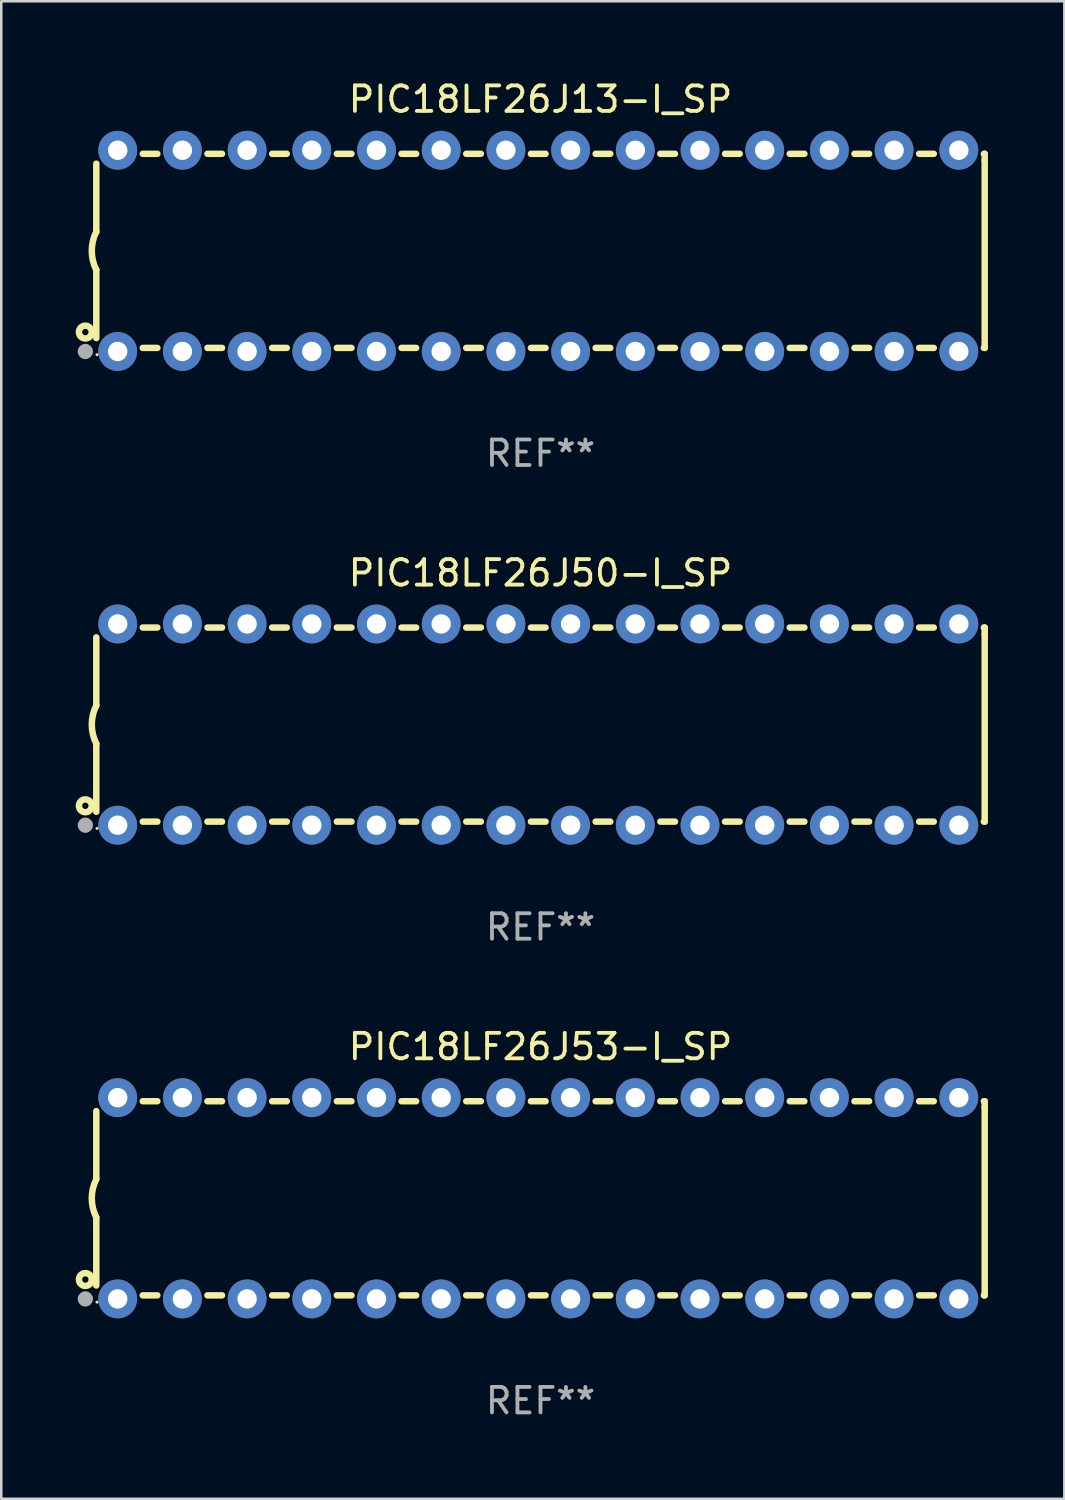
<source format=kicad_pcb>
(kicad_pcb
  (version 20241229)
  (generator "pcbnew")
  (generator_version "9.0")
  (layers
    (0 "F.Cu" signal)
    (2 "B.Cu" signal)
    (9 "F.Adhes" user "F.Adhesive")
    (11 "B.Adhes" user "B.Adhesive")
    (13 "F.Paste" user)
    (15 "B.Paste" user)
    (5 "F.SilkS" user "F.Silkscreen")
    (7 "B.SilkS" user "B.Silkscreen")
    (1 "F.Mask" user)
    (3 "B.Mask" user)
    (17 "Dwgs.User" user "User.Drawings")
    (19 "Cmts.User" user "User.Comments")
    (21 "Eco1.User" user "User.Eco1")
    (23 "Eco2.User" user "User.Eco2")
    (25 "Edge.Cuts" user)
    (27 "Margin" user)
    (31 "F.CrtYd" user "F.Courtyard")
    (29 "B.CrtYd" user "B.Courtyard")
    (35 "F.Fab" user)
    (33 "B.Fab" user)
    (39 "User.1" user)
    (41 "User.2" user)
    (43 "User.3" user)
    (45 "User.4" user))
  (footprint "PIC18LF26J53-I_SP"
    (layer "F.Cu")
    (at 18.168 43.991)
    (property "Reference" "PIC18LF26J53-I_SP" (at 0 -5.95 0) (layer "F.SilkS") (effects (font (size 1 1) (thickness 0.15))))
    (attr through_hole)
    (fp_line (start -17.438 0.75) (end -17.438 3.423) (stroke (width 0.254) (type solid)) (layer "F.SilkS"))
    (fp_line (start -17.438 -3.423) (end -17.438 -0.75) (stroke (width 0.254) (type solid)) (layer "F.SilkS"))
    (fp_line (start -15.615 3.81) (end -15.041 3.81) (stroke (width 0.254) (type solid)) (layer "F.SilkS"))
    (fp_line (start -15.041 -3.81) (end -15.614 -3.81) (stroke (width 0.254) (type solid)) (layer "F.SilkS"))
    (fp_line (start -13.075 3.81) (end -12.501 3.81) (stroke (width 0.254) (type solid)) (layer "F.SilkS"))
    (fp_line (start -12.501 -3.81) (end -13.074 -3.81) (stroke (width 0.254) (type solid)) (layer "F.SilkS"))
    (fp_line (start -10.535 3.81) (end -9.961 3.81) (stroke (width 0.254) (type solid)) (layer "F.SilkS"))
    (fp_line (start -9.961 -3.81) (end -10.534 -3.81) (stroke (width 0.254) (type solid)) (layer "F.SilkS"))
    (fp_line (start -7.995 3.81) (end -7.421 3.81) (stroke (width 0.254) (type solid)) (layer "F.SilkS"))
    (fp_line (start -7.421 -3.81) (end -7.995 -3.81) (stroke (width 0.254) (type solid)) (layer "F.SilkS"))
    (fp_line (start -5.455 3.81) (end -4.881 3.81) (stroke (width 0.254) (type solid)) (layer "F.SilkS"))
    (fp_line (start -4.881 -3.81) (end -5.455 -3.81) (stroke (width 0.254) (type solid)) (layer "F.SilkS"))
    (fp_line (start -2.915 3.81) (end -2.341 3.81) (stroke (width 0.254) (type solid)) (layer "F.SilkS"))
    (fp_line (start -2.341 -3.81) (end -2.915 -3.81) (stroke (width 0.254) (type solid)) (layer "F.SilkS"))
    (fp_line (start -0.375 3.81) (end 0.199 3.81) (stroke (width 0.254) (type solid)) (layer "F.SilkS"))
    (fp_line (start 0.199 -3.81) (end -0.375 -3.81) (stroke (width 0.254) (type solid)) (layer "F.SilkS"))
    (fp_line (start 2.165 3.81) (end 2.739 3.81) (stroke (width 0.254) (type solid)) (layer "F.SilkS"))
    (fp_line (start 2.739 -3.81) (end 2.165 -3.81) (stroke (width 0.254) (type solid)) (layer "F.SilkS"))
    (fp_line (start 4.705 3.81) (end 5.279 3.81) (stroke (width 0.254) (type solid)) (layer "F.SilkS"))
    (fp_line (start 5.279 -3.81) (end 4.705 -3.81) (stroke (width 0.254) (type solid)) (layer "F.SilkS"))
    (fp_line (start 7.245 3.81) (end 7.819 3.81) (stroke (width 0.254) (type solid)) (layer "F.SilkS"))
    (fp_line (start 7.819 -3.81) (end 7.245 -3.81) (stroke (width 0.254) (type solid)) (layer "F.SilkS"))
    (fp_line (start 9.785 3.81) (end 10.359 3.81) (stroke (width 0.254) (type solid)) (layer "F.SilkS"))
    (fp_line (start 10.359 -3.81) (end 9.785 -3.81) (stroke (width 0.254) (type solid)) (layer "F.SilkS"))
    (fp_line (start 12.325 3.81) (end 12.899 3.81) (stroke (width 0.254) (type solid)) (layer "F.SilkS"))
    (fp_line (start 12.899 -3.81) (end 12.325 -3.81) (stroke (width 0.254) (type solid)) (layer "F.SilkS"))
    (fp_line (start 14.865 3.81) (end 15.439 3.81) (stroke (width 0.254) (type solid)) (layer "F.SilkS"))
    (fp_line (start 15.439 -3.81) (end 14.865 -3.81) (stroke (width 0.254) (type solid)) (layer "F.SilkS"))
    (fp_line (start 17.405 3.81) (end 17.438 3.81) (stroke (width 0.254) (type solid)) (layer "F.SilkS"))
    (fp_line (start 17.438 -3.81) (end 17.405 -3.81) (stroke (width 0.254) (type solid)) (layer "F.SilkS"))
    (fp_line (start 17.438 -3.556) (end 17.438 -3.81) (stroke (width 0.254) (type solid)) (layer "F.SilkS"))
    (fp_line (start 17.438 3.81) (end 17.438 -3.556) (stroke (width 0.254) (type solid)) (layer "F.SilkS"))
    (fp_arc (start -17.437986 0.749657) (mid -17.614887 -0.000024) (end -17.437783 -0.749657) (stroke (width 0.254001) (type solid)) (layer "F.SilkS"))
    (fp_circle (center -17.868 3.188) (end -17.743 3.188) (stroke (width 0.254) (type solid)) (fill no) (layer "F.SilkS"))
    (fp_circle (center -17.411 4.077) (end -17.381 4.077) (stroke (width 0.06) (type solid)) (fill no) (layer "F.SilkS"))
    (fp_circle (center -17.868 3.95) (end -17.718 3.95) (stroke (width 0.3) (type solid)) (fill no) (layer "F.Fab"))
    (fp_text user "REF**" (at 0 7.95 0) (layer "F.Fab") (effects (font (size 1 1) (thickness 0.15))))
    (pad "1" thru_hole circle (at -16.598 3.95) (size 1.524 1.524) (drill 0.762) (layers "*.Cu" "*.Mask"))
    (pad "2" thru_hole circle (at -14.058 3.95) (size 1.524 1.524) (drill 0.762) (layers "*.Cu" "*.Mask"))
    (pad "3" thru_hole circle (at -11.518 3.95) (size 1.524 1.524) (drill 0.762) (layers "*.Cu" "*.Mask"))
    (pad "4" thru_hole circle (at -8.978 3.95) (size 1.524 1.524) (drill 0.762) (layers "*.Cu" "*.Mask"))
    (pad "5" thru_hole circle (at -6.438 3.95) (size 1.524 1.524) (drill 0.762) (layers "*.Cu" "*.Mask"))
    (pad "6" thru_hole circle (at -3.898 3.95) (size 1.524 1.524) (drill 0.762) (layers "*.Cu" "*.Mask"))
    (pad "7" thru_hole circle (at -1.358 3.95) (size 1.524 1.524) (drill 0.762) (layers "*.Cu" "*.Mask"))
    (pad "8" thru_hole circle (at 1.182 3.95) (size 1.524 1.524) (drill 0.762) (layers "*.Cu" "*.Mask"))
    (pad "9" thru_hole circle (at 3.722 3.95) (size 1.524 1.524) (drill 0.762) (layers "*.Cu" "*.Mask"))
    (pad "10" thru_hole circle (at 6.262 3.95) (size 1.524 1.524) (drill 0.762) (layers "*.Cu" "*.Mask"))
    (pad "11" thru_hole circle (at 8.802 3.95) (size 1.524 1.524) (drill 0.762) (layers "*.Cu" "*.Mask"))
    (pad "12" thru_hole circle (at 11.342 3.95) (size 1.524 1.524) (drill 0.762) (layers "*.Cu" "*.Mask"))
    (pad "13" thru_hole circle (at 13.882 3.95) (size 1.524 1.524) (drill 0.762) (layers "*.Cu" "*.Mask"))
    (pad "14" thru_hole circle (at 16.422 3.95) (size 1.524 1.524) (drill 0.762) (layers "*.Cu" "*.Mask"))
    (pad "15" thru_hole circle (at 16.422 -3.95) (size 1.524 1.524) (drill 0.762) (layers "*.Cu" "*.Mask"))
    (pad "16" thru_hole circle (at 13.882 -3.95) (size 1.524 1.524) (drill 0.762) (layers "*.Cu" "*.Mask"))
    (pad "17" thru_hole circle (at 11.342 -3.95) (size 1.524 1.524) (drill 0.762) (layers "*.Cu" "*.Mask"))
    (pad "18" thru_hole circle (at 8.802 -3.95) (size 1.524 1.524) (drill 0.762) (layers "*.Cu" "*.Mask"))
    (pad "19" thru_hole circle (at 6.262 -3.95) (size 1.524 1.524) (drill 0.762) (layers "*.Cu" "*.Mask"))
    (pad "20" thru_hole circle (at 3.722 -3.95) (size 1.524 1.524) (drill 0.762) (layers "*.Cu" "*.Mask"))
    (pad "21" thru_hole circle (at 1.182 -3.95) (size 1.524 1.524) (drill 0.762) (layers "*.Cu" "*.Mask"))
    (pad "22" thru_hole circle (at -1.358 -3.95) (size 1.524 1.524) (drill 0.762) (layers "*.Cu" "*.Mask"))
    (pad "23" thru_hole circle (at -3.898 -3.95) (size 1.524 1.524) (drill 0.762) (layers "*.Cu" "*.Mask"))
    (pad "24" thru_hole circle (at -6.438 -3.95) (size 1.524 1.524) (drill 0.762) (layers "*.Cu" "*.Mask"))
    (pad "25" thru_hole circle (at -8.978 -3.95) (size 1.524 1.524) (drill 0.762) (layers "*.Cu" "*.Mask"))
    (pad "26" thru_hole circle (at -11.517 -3.95) (size 1.524 1.524) (drill 0.762) (layers "*.Cu" "*.Mask"))
    (pad "27" thru_hole circle (at -14.057 -3.95) (size 1.524 1.524) (drill 0.762) (layers "*.Cu" "*.Mask"))
    (pad "28" thru_hole circle (at -16.597 -3.95) (size 1.524 1.524) (drill 0.762) (layers "*.Cu" "*.Mask")))
  (footprint "PIC18LF26J13-I_SP"
    (layer "F.Cu")
    (at 18.168 6.798)
    (property "Reference" "PIC18LF26J13-I_SP" (at 0 -5.95 0) (layer "F.SilkS") (effects (font (size 1 1) (thickness 0.15))))
    (attr through_hole)
    (fp_line (start -17.438 0.75) (end -17.438 3.423) (stroke (width 0.254) (type solid)) (layer "F.SilkS"))
    (fp_line (start -17.438 -3.423) (end -17.438 -0.75) (stroke (width 0.254) (type solid)) (layer "F.SilkS"))
    (fp_line (start -15.615 3.81) (end -15.041 3.81) (stroke (width 0.254) (type solid)) (layer "F.SilkS"))
    (fp_line (start -15.041 -3.81) (end -15.614 -3.81) (stroke (width 0.254) (type solid)) (layer "F.SilkS"))
    (fp_line (start -13.075 3.81) (end -12.501 3.81) (stroke (width 0.254) (type solid)) (layer "F.SilkS"))
    (fp_line (start -12.501 -3.81) (end -13.074 -3.81) (stroke (width 0.254) (type solid)) (layer "F.SilkS"))
    (fp_line (start -10.535 3.81) (end -9.961 3.81) (stroke (width 0.254) (type solid)) (layer "F.SilkS"))
    (fp_line (start -9.961 -3.81) (end -10.534 -3.81) (stroke (width 0.254) (type solid)) (layer "F.SilkS"))
    (fp_line (start -7.995 3.81) (end -7.421 3.81) (stroke (width 0.254) (type solid)) (layer "F.SilkS"))
    (fp_line (start -7.421 -3.81) (end -7.995 -3.81) (stroke (width 0.254) (type solid)) (layer "F.SilkS"))
    (fp_line (start -5.455 3.81) (end -4.881 3.81) (stroke (width 0.254) (type solid)) (layer "F.SilkS"))
    (fp_line (start -4.881 -3.81) (end -5.455 -3.81) (stroke (width 0.254) (type solid)) (layer "F.SilkS"))
    (fp_line (start -2.915 3.81) (end -2.341 3.81) (stroke (width 0.254) (type solid)) (layer "F.SilkS"))
    (fp_line (start -2.341 -3.81) (end -2.915 -3.81) (stroke (width 0.254) (type solid)) (layer "F.SilkS"))
    (fp_line (start -0.375 3.81) (end 0.199 3.81) (stroke (width 0.254) (type solid)) (layer "F.SilkS"))
    (fp_line (start 0.199 -3.81) (end -0.375 -3.81) (stroke (width 0.254) (type solid)) (layer "F.SilkS"))
    (fp_line (start 2.165 3.81) (end 2.739 3.81) (stroke (width 0.254) (type solid)) (layer "F.SilkS"))
    (fp_line (start 2.739 -3.81) (end 2.165 -3.81) (stroke (width 0.254) (type solid)) (layer "F.SilkS"))
    (fp_line (start 4.705 3.81) (end 5.279 3.81) (stroke (width 0.254) (type solid)) (layer "F.SilkS"))
    (fp_line (start 5.279 -3.81) (end 4.705 -3.81) (stroke (width 0.254) (type solid)) (layer "F.SilkS"))
    (fp_line (start 7.245 3.81) (end 7.819 3.81) (stroke (width 0.254) (type solid)) (layer "F.SilkS"))
    (fp_line (start 7.819 -3.81) (end 7.245 -3.81) (stroke (width 0.254) (type solid)) (layer "F.SilkS"))
    (fp_line (start 9.785 3.81) (end 10.359 3.81) (stroke (width 0.254) (type solid)) (layer "F.SilkS"))
    (fp_line (start 10.359 -3.81) (end 9.785 -3.81) (stroke (width 0.254) (type solid)) (layer "F.SilkS"))
    (fp_line (start 12.325 3.81) (end 12.899 3.81) (stroke (width 0.254) (type solid)) (layer "F.SilkS"))
    (fp_line (start 12.899 -3.81) (end 12.325 -3.81) (stroke (width 0.254) (type solid)) (layer "F.SilkS"))
    (fp_line (start 14.865 3.81) (end 15.439 3.81) (stroke (width 0.254) (type solid)) (layer "F.SilkS"))
    (fp_line (start 15.439 -3.81) (end 14.865 -3.81) (stroke (width 0.254) (type solid)) (layer "F.SilkS"))
    (fp_line (start 17.405 3.81) (end 17.438 3.81) (stroke (width 0.254) (type solid)) (layer "F.SilkS"))
    (fp_line (start 17.438 -3.81) (end 17.405 -3.81) (stroke (width 0.254) (type solid)) (layer "F.SilkS"))
    (fp_line (start 17.438 -3.556) (end 17.438 -3.81) (stroke (width 0.254) (type solid)) (layer "F.SilkS"))
    (fp_line (start 17.438 3.81) (end 17.438 -3.556) (stroke (width 0.254) (type solid)) (layer "F.SilkS"))
    (fp_arc (start -17.437986 0.749657) (mid -17.614887 -0.000024) (end -17.437783 -0.749657) (stroke (width 0.254001) (type solid)) (layer "F.SilkS"))
    (fp_circle (center -17.868 3.188) (end -17.743 3.188) (stroke (width 0.254) (type solid)) (fill no) (layer "F.SilkS"))
    (fp_circle (center -17.411 4.077) (end -17.381 4.077) (stroke (width 0.06) (type solid)) (fill no) (layer "F.SilkS"))
    (fp_circle (center -17.868 3.95) (end -17.718 3.95) (stroke (width 0.3) (type solid)) (fill no) (layer "F.Fab"))
    (fp_text user "REF**" (at 0 7.95 0) (layer "F.Fab") (effects (font (size 1 1) (thickness 0.15))))
    (pad "1" thru_hole circle (at -16.598 3.95) (size 1.524 1.524) (drill 0.762) (layers "*.Cu" "*.Mask"))
    (pad "2" thru_hole circle (at -14.058 3.95) (size 1.524 1.524) (drill 0.762) (layers "*.Cu" "*.Mask"))
    (pad "3" thru_hole circle (at -11.518 3.95) (size 1.524 1.524) (drill 0.762) (layers "*.Cu" "*.Mask"))
    (pad "4" thru_hole circle (at -8.978 3.95) (size 1.524 1.524) (drill 0.762) (layers "*.Cu" "*.Mask"))
    (pad "5" thru_hole circle (at -6.438 3.95) (size 1.524 1.524) (drill 0.762) (layers "*.Cu" "*.Mask"))
    (pad "6" thru_hole circle (at -3.898 3.95) (size 1.524 1.524) (drill 0.762) (layers "*.Cu" "*.Mask"))
    (pad "7" thru_hole circle (at -1.358 3.95) (size 1.524 1.524) (drill 0.762) (layers "*.Cu" "*.Mask"))
    (pad "8" thru_hole circle (at 1.182 3.95) (size 1.524 1.524) (drill 0.762) (layers "*.Cu" "*.Mask"))
    (pad "9" thru_hole circle (at 3.722 3.95) (size 1.524 1.524) (drill 0.762) (layers "*.Cu" "*.Mask"))
    (pad "10" thru_hole circle (at 6.262 3.95) (size 1.524 1.524) (drill 0.762) (layers "*.Cu" "*.Mask"))
    (pad "11" thru_hole circle (at 8.802 3.95) (size 1.524 1.524) (drill 0.762) (layers "*.Cu" "*.Mask"))
    (pad "12" thru_hole circle (at 11.342 3.95) (size 1.524 1.524) (drill 0.762) (layers "*.Cu" "*.Mask"))
    (pad "13" thru_hole circle (at 13.882 3.95) (size 1.524 1.524) (drill 0.762) (layers "*.Cu" "*.Mask"))
    (pad "14" thru_hole circle (at 16.422 3.95) (size 1.524 1.524) (drill 0.762) (layers "*.Cu" "*.Mask"))
    (pad "15" thru_hole circle (at 16.422 -3.95) (size 1.524 1.524) (drill 0.762) (layers "*.Cu" "*.Mask"))
    (pad "16" thru_hole circle (at 13.882 -3.95) (size 1.524 1.524) (drill 0.762) (layers "*.Cu" "*.Mask"))
    (pad "17" thru_hole circle (at 11.342 -3.95) (size 1.524 1.524) (drill 0.762) (layers "*.Cu" "*.Mask"))
    (pad "18" thru_hole circle (at 8.802 -3.95) (size 1.524 1.524) (drill 0.762) (layers "*.Cu" "*.Mask"))
    (pad "19" thru_hole circle (at 6.262 -3.95) (size 1.524 1.524) (drill 0.762) (layers "*.Cu" "*.Mask"))
    (pad "20" thru_hole circle (at 3.722 -3.95) (size 1.524 1.524) (drill 0.762) (layers "*.Cu" "*.Mask"))
    (pad "21" thru_hole circle (at 1.182 -3.95) (size 1.524 1.524) (drill 0.762) (layers "*.Cu" "*.Mask"))
    (pad "22" thru_hole circle (at -1.358 -3.95) (size 1.524 1.524) (drill 0.762) (layers "*.Cu" "*.Mask"))
    (pad "23" thru_hole circle (at -3.898 -3.95) (size 1.524 1.524) (drill 0.762) (layers "*.Cu" "*.Mask"))
    (pad "24" thru_hole circle (at -6.438 -3.95) (size 1.524 1.524) (drill 0.762) (layers "*.Cu" "*.Mask"))
    (pad "25" thru_hole circle (at -8.978 -3.95) (size 1.524 1.524) (drill 0.762) (layers "*.Cu" "*.Mask"))
    (pad "26" thru_hole circle (at -11.517 -3.95) (size 1.524 1.524) (drill 0.762) (layers "*.Cu" "*.Mask"))
    (pad "27" thru_hole circle (at -14.057 -3.95) (size 1.524 1.524) (drill 0.762) (layers "*.Cu" "*.Mask"))
    (pad "28" thru_hole circle (at -16.597 -3.95) (size 1.524 1.524) (drill 0.762) (layers "*.Cu" "*.Mask")))
  (footprint "PIC18LF26J50-I_SP"
    (layer "F.Cu")
    (at 18.168 25.395)
    (property "Reference" "PIC18LF26J50-I_SP" (at 0 -5.95 0) (layer "F.SilkS") (effects (font (size 1 1) (thickness 0.15))))
    (attr through_hole)
    (fp_line (start -17.438 0.75) (end -17.438 3.423) (stroke (width 0.254) (type solid)) (layer "F.SilkS"))
    (fp_line (start -17.438 -3.423) (end -17.438 -0.75) (stroke (width 0.254) (type solid)) (layer "F.SilkS"))
    (fp_line (start -15.615 3.81) (end -15.041 3.81) (stroke (width 0.254) (type solid)) (layer "F.SilkS"))
    (fp_line (start -15.041 -3.81) (end -15.614 -3.81) (stroke (width 0.254) (type solid)) (layer "F.SilkS"))
    (fp_line (start -13.075 3.81) (end -12.501 3.81) (stroke (width 0.254) (type solid)) (layer "F.SilkS"))
    (fp_line (start -12.501 -3.81) (end -13.074 -3.81) (stroke (width 0.254) (type solid)) (layer "F.SilkS"))
    (fp_line (start -10.535 3.81) (end -9.961 3.81) (stroke (width 0.254) (type solid)) (layer "F.SilkS"))
    (fp_line (start -9.961 -3.81) (end -10.534 -3.81) (stroke (width 0.254) (type solid)) (layer "F.SilkS"))
    (fp_line (start -7.995 3.81) (end -7.421 3.81) (stroke (width 0.254) (type solid)) (layer "F.SilkS"))
    (fp_line (start -7.421 -3.81) (end -7.995 -3.81) (stroke (width 0.254) (type solid)) (layer "F.SilkS"))
    (fp_line (start -5.455 3.81) (end -4.881 3.81) (stroke (width 0.254) (type solid)) (layer "F.SilkS"))
    (fp_line (start -4.881 -3.81) (end -5.455 -3.81) (stroke (width 0.254) (type solid)) (layer "F.SilkS"))
    (fp_line (start -2.915 3.81) (end -2.341 3.81) (stroke (width 0.254) (type solid)) (layer "F.SilkS"))
    (fp_line (start -2.341 -3.81) (end -2.915 -3.81) (stroke (width 0.254) (type solid)) (layer "F.SilkS"))
    (fp_line (start -0.375 3.81) (end 0.199 3.81) (stroke (width 0.254) (type solid)) (layer "F.SilkS"))
    (fp_line (start 0.199 -3.81) (end -0.375 -3.81) (stroke (width 0.254) (type solid)) (layer "F.SilkS"))
    (fp_line (start 2.165 3.81) (end 2.739 3.81) (stroke (width 0.254) (type solid)) (layer "F.SilkS"))
    (fp_line (start 2.739 -3.81) (end 2.165 -3.81) (stroke (width 0.254) (type solid)) (layer "F.SilkS"))
    (fp_line (start 4.705 3.81) (end 5.279 3.81) (stroke (width 0.254) (type solid)) (layer "F.SilkS"))
    (fp_line (start 5.279 -3.81) (end 4.705 -3.81) (stroke (width 0.254) (type solid)) (layer "F.SilkS"))
    (fp_line (start 7.245 3.81) (end 7.819 3.81) (stroke (width 0.254) (type solid)) (layer "F.SilkS"))
    (fp_line (start 7.819 -3.81) (end 7.245 -3.81) (stroke (width 0.254) (type solid)) (layer "F.SilkS"))
    (fp_line (start 9.785 3.81) (end 10.359 3.81) (stroke (width 0.254) (type solid)) (layer "F.SilkS"))
    (fp_line (start 10.359 -3.81) (end 9.785 -3.81) (stroke (width 0.254) (type solid)) (layer "F.SilkS"))
    (fp_line (start 12.325 3.81) (end 12.899 3.81) (stroke (width 0.254) (type solid)) (layer "F.SilkS"))
    (fp_line (start 12.899 -3.81) (end 12.325 -3.81) (stroke (width 0.254) (type solid)) (layer "F.SilkS"))
    (fp_line (start 14.865 3.81) (end 15.439 3.81) (stroke (width 0.254) (type solid)) (layer "F.SilkS"))
    (fp_line (start 15.439 -3.81) (end 14.865 -3.81) (stroke (width 0.254) (type solid)) (layer "F.SilkS"))
    (fp_line (start 17.405 3.81) (end 17.438 3.81) (stroke (width 0.254) (type solid)) (layer "F.SilkS"))
    (fp_line (start 17.438 -3.81) (end 17.405 -3.81) (stroke (width 0.254) (type solid)) (layer "F.SilkS"))
    (fp_line (start 17.438 -3.556) (end 17.438 -3.81) (stroke (width 0.254) (type solid)) (layer "F.SilkS"))
    (fp_line (start 17.438 3.81) (end 17.438 -3.556) (stroke (width 0.254) (type solid)) (layer "F.SilkS"))
    (fp_arc (start -17.437986 0.749657) (mid -17.614887 -0.000024) (end -17.437783 -0.749657) (stroke (width 0.254001) (type solid)) (layer "F.SilkS"))
    (fp_circle (center -17.868 3.188) (end -17.743 3.188) (stroke (width 0.254) (type solid)) (fill no) (layer "F.SilkS"))
    (fp_circle (center -17.411 4.077) (end -17.381 4.077) (stroke (width 0.06) (type solid)) (fill no) (layer "F.SilkS"))
    (fp_circle (center -17.868 3.95) (end -17.718 3.95) (stroke (width 0.3) (type solid)) (fill no) (layer "F.Fab"))
    (fp_text user "REF**" (at 0 7.95 0) (layer "F.Fab") (effects (font (size 1 1) (thickness 0.15))))
    (pad "1" thru_hole circle (at -16.598 3.95) (size 1.524 1.524) (drill 0.762) (layers "*.Cu" "*.Mask"))
    (pad "2" thru_hole circle (at -14.058 3.95) (size 1.524 1.524) (drill 0.762) (layers "*.Cu" "*.Mask"))
    (pad "3" thru_hole circle (at -11.518 3.95) (size 1.524 1.524) (drill 0.762) (layers "*.Cu" "*.Mask"))
    (pad "4" thru_hole circle (at -8.978 3.95) (size 1.524 1.524) (drill 0.762) (layers "*.Cu" "*.Mask"))
    (pad "5" thru_hole circle (at -6.438 3.95) (size 1.524 1.524) (drill 0.762) (layers "*.Cu" "*.Mask"))
    (pad "6" thru_hole circle (at -3.898 3.95) (size 1.524 1.524) (drill 0.762) (layers "*.Cu" "*.Mask"))
    (pad "7" thru_hole circle (at -1.358 3.95) (size 1.524 1.524) (drill 0.762) (layers "*.Cu" "*.Mask"))
    (pad "8" thru_hole circle (at 1.182 3.95) (size 1.524 1.524) (drill 0.762) (layers "*.Cu" "*.Mask"))
    (pad "9" thru_hole circle (at 3.722 3.95) (size 1.524 1.524) (drill 0.762) (layers "*.Cu" "*.Mask"))
    (pad "10" thru_hole circle (at 6.262 3.95) (size 1.524 1.524) (drill 0.762) (layers "*.Cu" "*.Mask"))
    (pad "11" thru_hole circle (at 8.802 3.95) (size 1.524 1.524) (drill 0.762) (layers "*.Cu" "*.Mask"))
    (pad "12" thru_hole circle (at 11.342 3.95) (size 1.524 1.524) (drill 0.762) (layers "*.Cu" "*.Mask"))
    (pad "13" thru_hole circle (at 13.882 3.95) (size 1.524 1.524) (drill 0.762) (layers "*.Cu" "*.Mask"))
    (pad "14" thru_hole circle (at 16.422 3.95) (size 1.524 1.524) (drill 0.762) (layers "*.Cu" "*.Mask"))
    (pad "15" thru_hole circle (at 16.422 -3.95) (size 1.524 1.524) (drill 0.762) (layers "*.Cu" "*.Mask"))
    (pad "16" thru_hole circle (at 13.882 -3.95) (size 1.524 1.524) (drill 0.762) (layers "*.Cu" "*.Mask"))
    (pad "17" thru_hole circle (at 11.342 -3.95) (size 1.524 1.524) (drill 0.762) (layers "*.Cu" "*.Mask"))
    (pad "18" thru_hole circle (at 8.802 -3.95) (size 1.524 1.524) (drill 0.762) (layers "*.Cu" "*.Mask"))
    (pad "19" thru_hole circle (at 6.262 -3.95) (size 1.524 1.524) (drill 0.762) (layers "*.Cu" "*.Mask"))
    (pad "20" thru_hole circle (at 3.722 -3.95) (size 1.524 1.524) (drill 0.762) (layers "*.Cu" "*.Mask"))
    (pad "21" thru_hole circle (at 1.182 -3.95) (size 1.524 1.524) (drill 0.762) (layers "*.Cu" "*.Mask"))
    (pad "22" thru_hole circle (at -1.358 -3.95) (size 1.524 1.524) (drill 0.762) (layers "*.Cu" "*.Mask"))
    (pad "23" thru_hole circle (at -3.898 -3.95) (size 1.524 1.524) (drill 0.762) (layers "*.Cu" "*.Mask"))
    (pad "24" thru_hole circle (at -6.438 -3.95) (size 1.524 1.524) (drill 0.762) (layers "*.Cu" "*.Mask"))
    (pad "25" thru_hole circle (at -8.978 -3.95) (size 1.524 1.524) (drill 0.762) (layers "*.Cu" "*.Mask"))
    (pad "26" thru_hole circle (at -11.517 -3.95) (size 1.524 1.524) (drill 0.762) (layers "*.Cu" "*.Mask"))
    (pad "27" thru_hole circle (at -14.057 -3.95) (size 1.524 1.524) (drill 0.762) (layers "*.Cu" "*.Mask"))
    (pad "28" thru_hole circle (at -16.597 -3.95) (size 1.524 1.524) (drill 0.762) (layers "*.Cu" "*.Mask")))
  (gr_rect
    (start -3 -3)
    (end 38.733 55.789)
    (stroke (width 0.1) (type default))
    (fill no)
    (layer "Edge.Cuts")))
</source>
